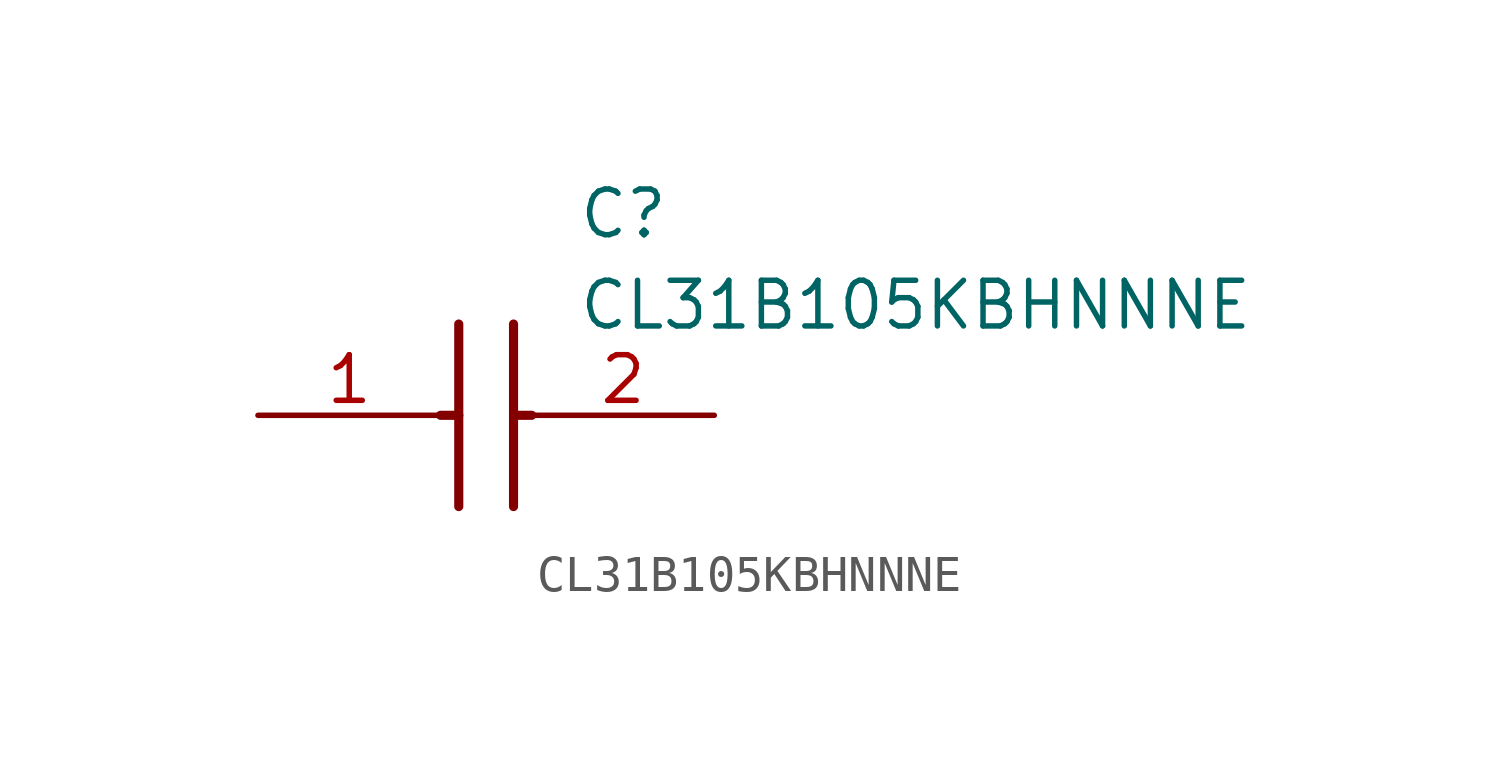
<source format=kicad_sym>
(kicad_symbol_lib
  (version 20241209)
  (generator "kicad_symbol_editor")
  (generator_version "9.0")
  (symbol "CL31B105KBHNNNE"
    (pin_names
      (hide yes))
    (property "Reference" "C"
      (at 8.89 6.35 0)
      (effects (font (size 1.27 1.27)) (justify left top)))
    (property "Value" "CL31B105KBHNNNE"
      (at 8.89 3.81 0)
      (effects (font (size 1.27 1.27)) (justify left top)))
    (symbol "CL31B105KBHNNNE_1_1"
      (polyline (pts (xy 5.08 0) (xy 5.588 0)) (stroke (width 0.254) (type default)) (fill (type none)))
      (polyline (pts (xy 5.588 2.54) (xy 5.588 -2.54)) (stroke (width 0.254) (type default)) (fill (type none)))
      (polyline (pts (xy 7.112 2.54) (xy 7.112 -2.54)) (stroke (width 0.254) (type default)) (fill (type none)))
      (polyline (pts (xy 7.112 0) (xy 7.62 0)) (stroke (width 0.254) (type default)) (fill (type none)))
      (pin passive line (at 0 0 0) (length 5.08) (name "1" (effects (font (size 1.27 1.27)))) (number "1" (effects (font (size 1.27 1.27)))))
      (pin passive line (at 12.7 0 180) (length 5.08) (name "2" (effects (font (size 1.27 1.27)))) (number "2" (effects (font (size 1.27 1.27))))))))
</source>
